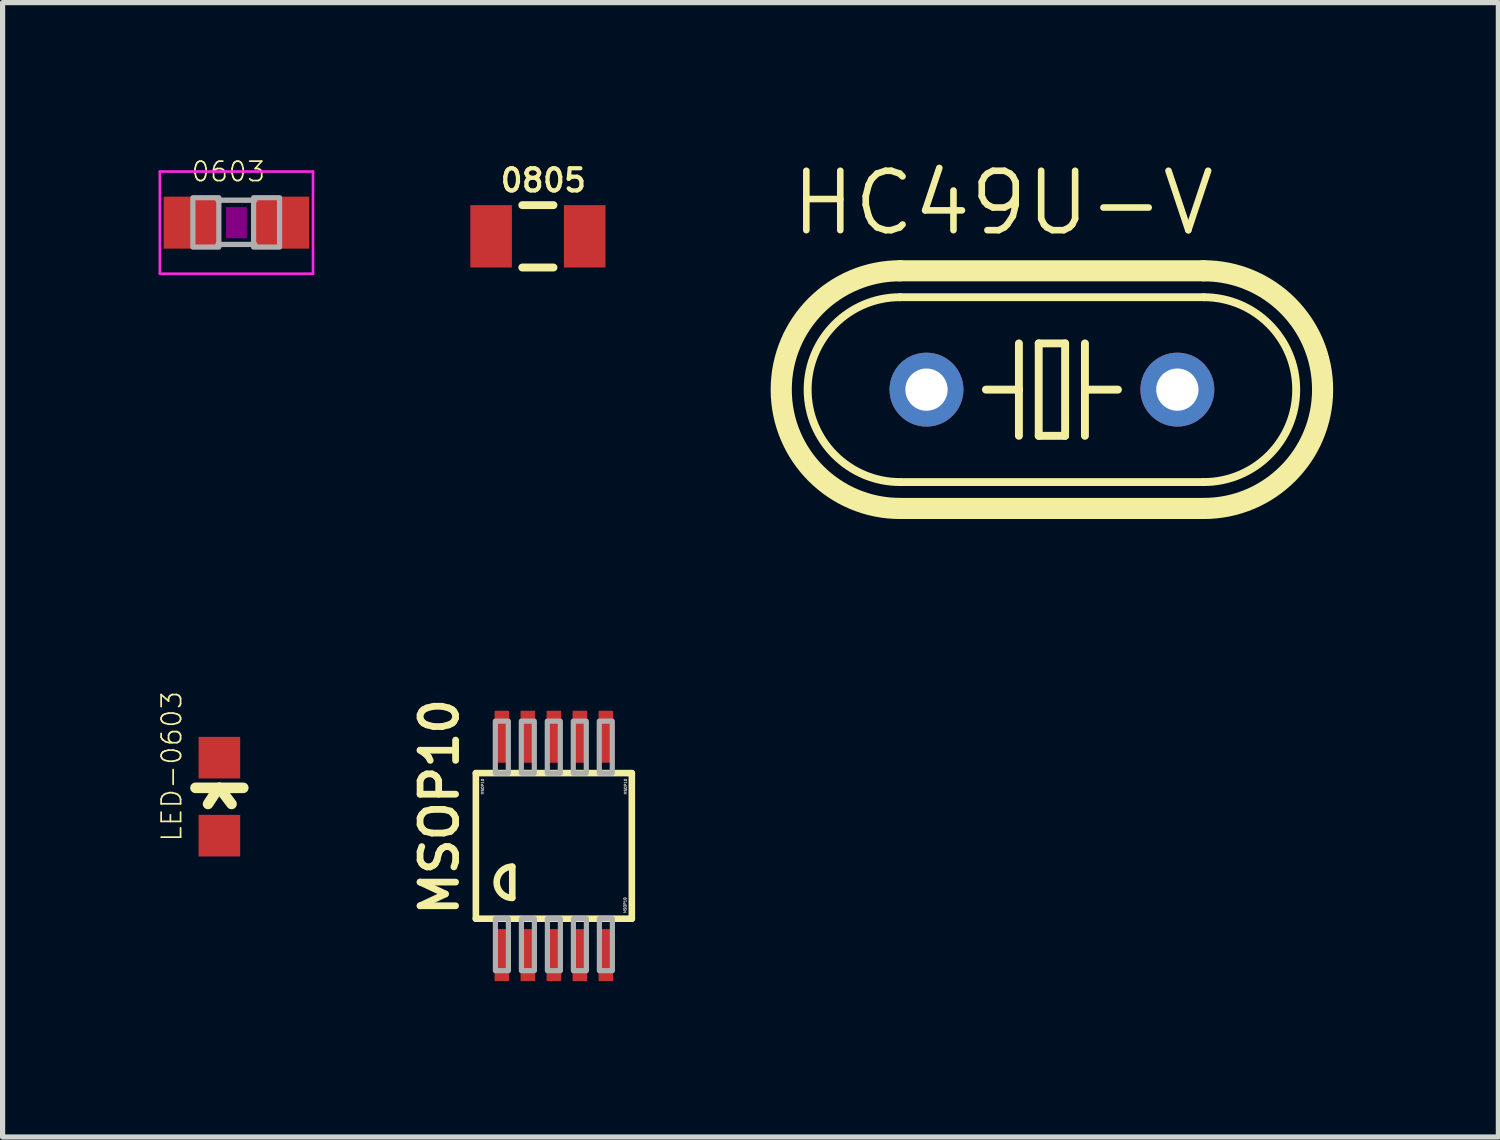
<source format=kicad_pcb>
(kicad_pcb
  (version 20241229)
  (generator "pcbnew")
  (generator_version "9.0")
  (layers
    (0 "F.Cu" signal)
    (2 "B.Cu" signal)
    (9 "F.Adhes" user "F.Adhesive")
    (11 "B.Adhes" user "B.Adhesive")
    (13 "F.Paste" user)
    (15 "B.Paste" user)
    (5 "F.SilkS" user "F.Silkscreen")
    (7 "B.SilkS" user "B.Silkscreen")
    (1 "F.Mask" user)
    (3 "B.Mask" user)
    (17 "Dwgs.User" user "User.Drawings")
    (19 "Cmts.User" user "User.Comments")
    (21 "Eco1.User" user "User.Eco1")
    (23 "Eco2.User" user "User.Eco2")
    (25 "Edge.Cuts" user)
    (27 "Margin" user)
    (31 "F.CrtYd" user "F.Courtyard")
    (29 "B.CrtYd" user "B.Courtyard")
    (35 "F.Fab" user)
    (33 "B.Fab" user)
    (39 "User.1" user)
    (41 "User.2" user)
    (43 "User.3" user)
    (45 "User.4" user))
  (footprint "0603"
    (layer "F.Cu")
    (at 1.498 1.233)
    (property "Reference" "0603" (at -0.889 -0.762 0) (layer "F.SilkS") (effects (font (size 0.374 0.374) (thickness 0.033)) (justify left bottom)))
    (fp_poly (pts (xy -0.2 0.3) (xy 0.2 0.3) (xy 0.2 -0.3) (xy -0.2 -0.3)) (stroke (width 0) (type default)) (fill yes) (layer "F.Adhes"))
    (fp_line (start -1.473 -0.983) (end 1.473 -0.983) (stroke (width 0.051) (type solid)) (layer "F.CrtYd"))
    (fp_line (start -1.473 0.983) (end -1.473 -0.983) (stroke (width 0.051) (type solid)) (layer "F.CrtYd"))
    (fp_line (start 1.473 -0.983) (end 1.473 0.983) (stroke (width 0.051) (type solid)) (layer "F.CrtYd"))
    (fp_line (start 1.473 0.983) (end -1.473 0.983) (stroke (width 0.051) (type solid)) (layer "F.CrtYd"))
    (fp_line (start -0.356 -0.432) (end 0.356 -0.432) (stroke (width 0.102) (type solid)) (layer "F.Fab"))
    (fp_line (start -0.356 0.419) (end 0.356 0.419) (stroke (width 0.102) (type solid)) (layer "F.Fab"))
    (fp_poly (pts (xy -0.838 0.47) (xy -0.338 0.47) (xy -0.338 -0.48) (xy -0.838 -0.48)) (stroke (width 0.1) (type default)) (fill no) (layer "F.Fab"))
    (fp_poly (pts (xy 0.33 0.47) (xy 0.83 0.47) (xy 0.83 -0.48) (xy 0.33 -0.48)) (stroke (width 0.1) (type default)) (fill no) (layer "F.Fab"))
    (pad "1" smd rect (at -0.85 0) (size 1.1 1) (layers "F.Cu" "F.Mask" "F.Paste"))
    (pad "2" smd rect (at 0.85 0) (size 1.1 1) (layers "F.Cu" "F.Mask" "F.Paste")))
  (footprint "LED-0603"
    (layer "F.Cu")
    (at 1.17 12.275)
    (property "Reference" "LED-0603" (at -0.699 0.889 90) (layer "F.SilkS") (effects (font (size 0.374 0.374) (thickness 0.033)) (justify left bottom)))
    (fp_line (start -0.46 -0.17) (end 0 -0.17) (stroke (width 0.203) (type solid)) (layer "F.SilkS"))
    (fp_line (start -0.025 -0.155) (end -0.218 0.14) (stroke (width 0.203) (type solid)) (layer "F.SilkS"))
    (fp_line (start 0 -0.17) (end 0.234 0.14) (stroke (width 0.203) (type solid)) (layer "F.SilkS"))
    (fp_line (start 0.46 -0.17) (end 0 -0.17) (stroke (width 0.203) (type solid)) (layer "F.SilkS"))
    (pad "A" smd rect (at 0 0.75) (size 0.8 0.8) (layers "F.Cu" "F.Mask" "F.Paste"))
    (pad "C" smd rect (at 0 -0.75) (size 0.8 0.8) (layers "F.Cu" "F.Mask" "F.Paste")))
  (footprint "MSOP10"
    (layer "F.Cu")
    (at 7.604 13.222)
    (property "Reference" "MSOP10" (at -1.8 1.4 90) (layer "F.SilkS") (effects (font (size 0.683 0.683) (thickness 0.13)) (justify left bottom)))
    (property "Value" "MSOP10" (at -1.35 1.3 90) (layer "F.Fab") (hide yes) (effects (font (size 0.05 0.05) (thickness 0.15)) (justify left bottom)))
    (fp_line (start -1.5 -1.4) (end 1.5 -1.4) (stroke (width 0.127) (type solid)) (layer "F.SilkS"))
    (fp_line (start -1.5 1.4) (end -1.5 -1.4) (stroke (width 0.127) (type solid)) (layer "F.SilkS"))
    (fp_line (start -0.8 0.4) (end -0.8 1) (stroke (width 0.127) (type solid)) (layer "F.SilkS"))
    (fp_line (start 1.5 -1.4) (end 1.5 1.4) (stroke (width 0.127) (type solid)) (layer "F.SilkS"))
    (fp_line (start 1.5 1.4) (end -1.5 1.4) (stroke (width 0.127) (type solid)) (layer "F.SilkS"))
    (fp_arc (start -0.8 1) (mid -1.1 0.7) (end -0.8 0.4) (stroke (width 0.127) (type solid)) (layer "F.SilkS"))
    (fp_poly (pts (xy -1.126 -1.4) (xy -0.876 -1.4) (xy -0.876 -2.4) (xy -1.126 -2.4)) (stroke (width 0.1) (type default)) (fill no) (layer "F.Fab"))
    (fp_poly (pts (xy -1.124 2.4) (xy -0.874 2.4) (xy -0.874 1.4) (xy -1.124 1.4)) (stroke (width 0.1) (type default)) (fill no) (layer "F.Fab"))
    (fp_poly (pts (xy -0.626 -1.4) (xy -0.376 -1.4) (xy -0.376 -2.4) (xy -0.626 -2.4)) (stroke (width 0.1) (type default)) (fill no) (layer "F.Fab"))
    (fp_poly (pts (xy -0.624 2.4) (xy -0.374 2.4) (xy -0.374 1.4) (xy -0.624 1.4)) (stroke (width 0.1) (type default)) (fill no) (layer "F.Fab"))
    (fp_poly (pts (xy -0.126 -1.4) (xy 0.124 -1.4) (xy 0.124 -2.4) (xy -0.126 -2.4)) (stroke (width 0.1) (type default)) (fill no) (layer "F.Fab"))
    (fp_poly (pts (xy -0.124 2.4) (xy 0.126 2.4) (xy 0.126 1.4) (xy -0.124 1.4)) (stroke (width 0.1) (type default)) (fill no) (layer "F.Fab"))
    (fp_poly (pts (xy 0.374 -1.4) (xy 0.624 -1.4) (xy 0.624 -2.4) (xy 0.374 -2.4)) (stroke (width 0.1) (type default)) (fill no) (layer "F.Fab"))
    (fp_poly (pts (xy 0.376 2.4) (xy 0.626 2.4) (xy 0.626 1.4) (xy 0.376 1.4)) (stroke (width 0.1) (type default)) (fill no) (layer "F.Fab"))
    (fp_poly (pts (xy 0.874 -1.4) (xy 1.124 -1.4) (xy 1.124 -2.4) (xy 0.874 -2.4)) (stroke (width 0.1) (type default)) (fill no) (layer "F.Fab"))
    (fp_poly (pts (xy 0.876 2.4) (xy 1.126 2.4) (xy 1.126 1.4) (xy 0.876 1.4)) (stroke (width 0.1) (type default)) (fill no) (layer "F.Fab"))
    (fp_text user "${VALUE}" (at -1.4 -1.3 90) (layer "F.Fab") (effects (font (size 0.05 0.05) (thickness 0.15)) (justify right top)))
    (fp_text user "${VALUE}" (at 1.4 1.3 90) (layer "F.Fab") (effects (font (size 0.05 0.05) (thickness 0.15)) (justify left bottom)))
    (fp_text user "${VALUE}" (at 1.35 -1.3 90) (layer "F.Fab") (effects (font (size 0.05 0.05) (thickness 0.15)) (justify right top)))
    (pad "1" smd rect (at -1 2.1) (size 0.28 1) (layers "F.Cu" "F.Mask" "F.Paste"))
    (pad "2" smd rect (at -0.5 2.1) (size 0.28 1) (layers "F.Cu" "F.Mask" "F.Paste"))
    (pad "3" smd rect (at 0 2.1) (size 0.28 1) (layers "F.Cu" "F.Mask" "F.Paste"))
    (pad "4" smd rect (at 0.5 2.1) (size 0.28 1) (layers "F.Cu" "F.Mask" "F.Paste"))
    (pad "5" smd rect (at 1 2.1) (size 0.28 1) (layers "F.Cu" "F.Mask" "F.Paste"))
    (pad "6" smd rect (at 1 -2.1 180) (size 0.28 1) (layers "F.Cu" "F.Mask" "F.Paste"))
    (pad "7" smd rect (at 0.5 -2.1 180) (size 0.28 1) (layers "F.Cu" "F.Mask" "F.Paste"))
    (pad "8" smd rect (at 0 -2.1 180) (size 0.28 1) (layers "F.Cu" "F.Mask" "F.Paste"))
    (pad "9" smd rect (at -0.5 -2.1 180) (size 0.28 1) (layers "F.Cu" "F.Mask" "F.Paste"))
    (pad "10" smd rect (at -1 -2.1 180) (size 0.28 1) (layers "F.Cu" "F.Mask" "F.Paste")))
  (footprint "HC49U-V"
    (layer "F.Cu")
    (at 17.185 4.445)
    (property "Reference" "HC49U-V" (at -5.08 -2.921 0) (layer "F.SilkS") (effects (font (size 1.143 1.143) (thickness 0.127)) (justify left bottom)))
    (fp_line (start -2.921 -2.286) (end 2.921 -2.286) (stroke (width 0.406) (type solid)) (layer "F.SilkS"))
    (fp_line (start -2.921 1.778) (end 2.921 1.778) (stroke (width 0.152) (type solid)) (layer "F.SilkS"))
    (fp_line (start -2.921 2.286) (end 2.921 2.286) (stroke (width 0.406) (type solid)) (layer "F.SilkS"))
    (fp_line (start -0.635 -0.889) (end -0.635 0) (stroke (width 0.152) (type solid)) (layer "F.SilkS"))
    (fp_line (start -0.635 0) (end -1.27 0) (stroke (width 0.152) (type solid)) (layer "F.SilkS"))
    (fp_line (start -0.635 0) (end -0.635 0.889) (stroke (width 0.152) (type solid)) (layer "F.SilkS"))
    (fp_line (start -0.254 -0.889) (end 0.254 -0.889) (stroke (width 0.152) (type solid)) (layer "F.SilkS"))
    (fp_line (start -0.254 0.889) (end -0.254 -0.889) (stroke (width 0.152) (type solid)) (layer "F.SilkS"))
    (fp_line (start 0.254 -0.889) (end 0.254 0.889) (stroke (width 0.152) (type solid)) (layer "F.SilkS"))
    (fp_line (start 0.254 0.889) (end -0.254 0.889) (stroke (width 0.152) (type solid)) (layer "F.SilkS"))
    (fp_line (start 0.635 -0.889) (end 0.635 0) (stroke (width 0.152) (type solid)) (layer "F.SilkS"))
    (fp_line (start 0.635 0) (end 0.635 0.889) (stroke (width 0.152) (type solid)) (layer "F.SilkS"))
    (fp_line (start 0.635 0) (end 1.27 0) (stroke (width 0.152) (type solid)) (layer "F.SilkS"))
    (fp_line (start 2.921 -1.778) (end -2.921 -1.778) (stroke (width 0.152) (type solid)) (layer "F.SilkS"))
    (fp_arc (start -2.921 1.778) (mid -4.699 0) (end -2.921 -1.778) (stroke (width 0.1524) (type solid)) (layer "F.SilkS"))
    (fp_arc (start -2.921 2.286) (mid -5.207 0) (end -2.921 -2.286) (stroke (width 0.4064) (type solid)) (layer "F.SilkS"))
    (fp_arc (start 2.921 -2.286) (mid 5.207 0) (end 2.921 2.286) (stroke (width 0.4064) (type solid)) (layer "F.SilkS"))
    (fp_arc (start 2.921 -1.778) (mid 4.699 0) (end 2.921 1.778) (stroke (width 0.1524) (type solid)) (layer "F.SilkS"))
    (pad "1" thru_hole circle (at -2.413 0) (size 1.422 1.422) (drill 0.813) (layers "*.Cu" "*.Mask"))
    (pad "2" thru_hole circle (at 2.413 0) (size 1.422 1.422) (drill 0.813) (layers "*.Cu" "*.Mask"))
    (zone (net_name "") (layers "F.Cu" "B.Cu") (hatch edge 0.5) (connect_pads) (min_thickness 0.25) (filled_areas_thickness no) (keepout (tracks allowed) (vias not_allowed) (pads allowed) (copperpour allowed) (footprints allowed)) (placement (enabled no)) (fill) (polygon (pts (xy 11.597 5.715) (xy 11.851 5.715) (xy 11.851 3.429) (xy 11.597 3.429))))
    (zone (net_name "") (layers "F.Cu" "B.Cu") (hatch edge 0.5) (connect_pads) (min_thickness 0.25) (filled_areas_thickness no) (keepout (tracks allowed) (vias not_allowed) (pads allowed) (copperpour allowed) (footprints allowed)) (placement (enabled no)) (fill) (polygon (pts (xy 11.851 6.223) (xy 12.359 6.223) (xy 12.359 2.667) (xy 11.851 2.667))))
    (zone (net_name "") (layers "F.Cu" "B.Cu") (hatch edge 0.5) (connect_pads) (min_thickness 0.25) (filled_areas_thickness no) (keepout (tracks allowed) (vias not_allowed) (pads allowed) (copperpour allowed) (footprints allowed)) (placement (enabled no)) (fill) (polygon (pts (xy 12.359 6.731) (xy 12.867 6.731) (xy 12.867 2.159) (xy 12.359 2.159))))
    (zone (net_name "") (layers "F.Cu" "B.Cu") (hatch edge 0.5) (connect_pads) (min_thickness 0.25) (filled_areas_thickness no) (keepout (tracks allowed) (vias not_allowed) (pads allowed) (copperpour allowed) (footprints allowed)) (placement (enabled no)) (fill) (polygon (pts (xy 12.867 6.985) (xy 13.375 6.985) (xy 13.375 1.905) (xy 12.867 1.905))))
    (zone (net_name "") (layers "F.Cu" "B.Cu") (hatch edge 0.5) (connect_pads) (min_thickness 0.25) (filled_areas_thickness no) (keepout (tracks allowed) (vias not_allowed) (pads allowed) (copperpour allowed) (footprints allowed)) (placement (enabled no)) (fill) (polygon (pts (xy 13.375 7.239) (xy 20.995 7.239) (xy 20.995 1.651) (xy 13.375 1.651))))
    (zone (net_name "") (layers "F.Cu" "B.Cu") (hatch edge 0.5) (connect_pads) (min_thickness 0.25) (filled_areas_thickness no) (keepout (tracks allowed) (vias not_allowed) (pads allowed) (copperpour allowed) (footprints allowed)) (placement (enabled no)) (fill) (polygon (pts (xy 20.995 6.985) (xy 21.503 6.985) (xy 21.503 1.905) (xy 20.995 1.905))))
    (zone (net_name "") (layers "F.Cu" "B.Cu") (hatch edge 0.5) (connect_pads) (min_thickness 0.25) (filled_areas_thickness no) (keepout (tracks allowed) (vias not_allowed) (pads allowed) (copperpour allowed) (footprints allowed)) (placement (enabled no)) (fill) (polygon (pts (xy 21.503 6.731) (xy 22.011 6.731) (xy 22.011 2.159) (xy 21.503 2.159))))
    (zone (net_name "") (layers "F.Cu" "B.Cu") (hatch edge 0.5) (connect_pads) (min_thickness 0.25) (filled_areas_thickness no) (keepout (tracks allowed) (vias not_allowed) (pads allowed) (copperpour allowed) (footprints allowed)) (placement (enabled no)) (fill) (polygon (pts (xy 22.011 6.223) (xy 22.519 6.223) (xy 22.519 2.667) (xy 22.011 2.667))))
    (zone (net_name "") (layers "F.Cu" "B.Cu") (hatch edge 0.5) (connect_pads) (min_thickness 0.25) (filled_areas_thickness no) (keepout (tracks allowed) (vias not_allowed) (pads allowed) (copperpour allowed) (footprints allowed)) (placement (enabled no)) (fill) (polygon (pts (xy 22.519 5.461) (xy 22.773 5.461) (xy 22.773 3.429) (xy 22.519 3.429)))))
  (footprint "0805"
    (layer "F.Cu")
    (at 7.297 1.496)
    (property "Reference" "0805" (at -0.762 -0.826 0) (layer "F.SilkS") (effects (font (size 0.427 0.427) (thickness 0.081)) (justify left bottom)))
    (fp_line (start -0.3 -0.6) (end 0.3 -0.6) (stroke (width 0.152) (type solid)) (layer "F.SilkS"))
    (fp_line (start -0.3 0.6) (end 0.3 0.6) (stroke (width 0.152) (type solid)) (layer "F.SilkS"))
    (pad "1" smd rect (at -0.9 0) (size 0.8 1.2) (layers "F.Cu" "F.Mask" "F.Paste"))
    (pad "2" smd rect (at 0.9 0) (size 0.8 1.2) (layers "F.Cu" "F.Mask" "F.Paste")))
  (gr_rect
    (start -3 -3)
    (end 25.773 18.822)
    (stroke (width 0.1) (type default))
    (fill no)
    (layer "Edge.Cuts")))
</source>
